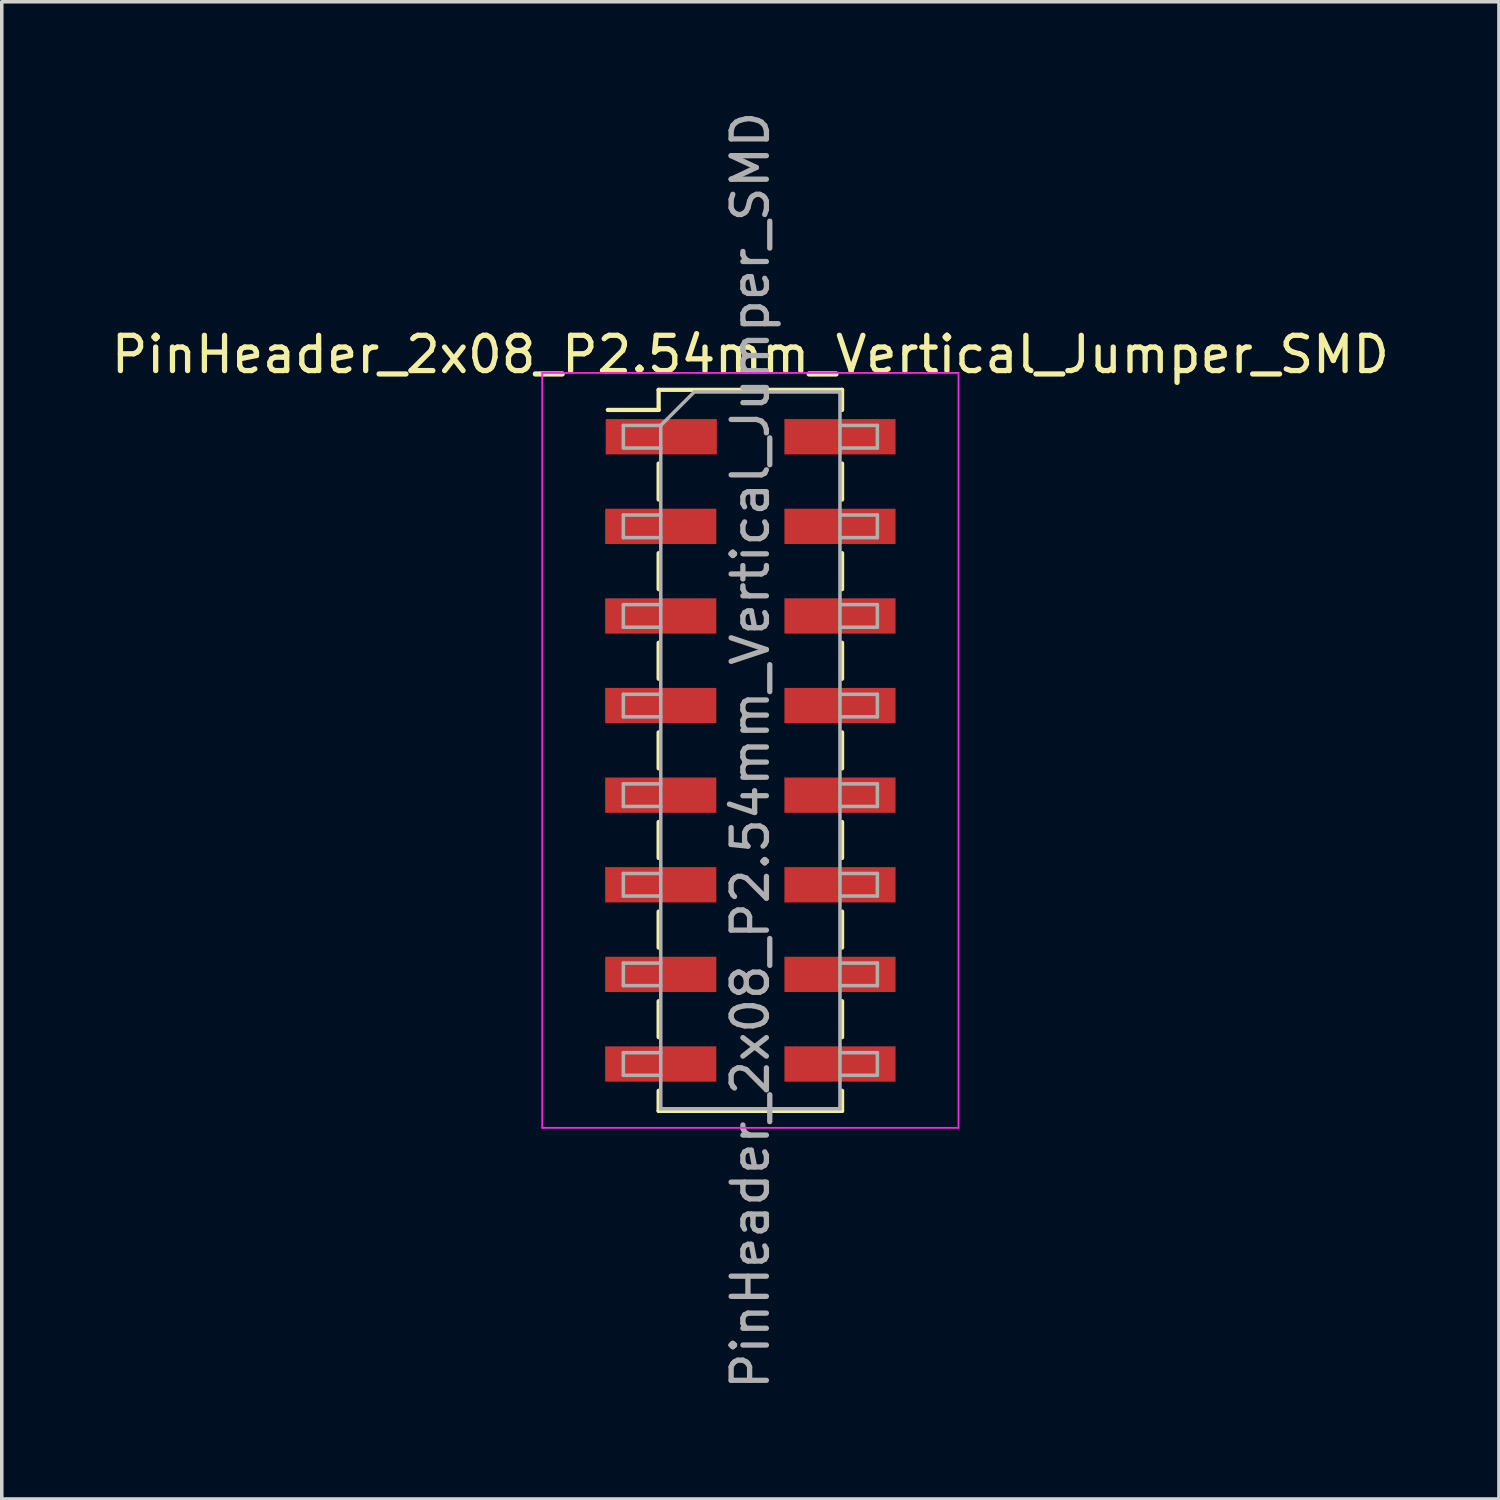
<source format=kicad_pcb>
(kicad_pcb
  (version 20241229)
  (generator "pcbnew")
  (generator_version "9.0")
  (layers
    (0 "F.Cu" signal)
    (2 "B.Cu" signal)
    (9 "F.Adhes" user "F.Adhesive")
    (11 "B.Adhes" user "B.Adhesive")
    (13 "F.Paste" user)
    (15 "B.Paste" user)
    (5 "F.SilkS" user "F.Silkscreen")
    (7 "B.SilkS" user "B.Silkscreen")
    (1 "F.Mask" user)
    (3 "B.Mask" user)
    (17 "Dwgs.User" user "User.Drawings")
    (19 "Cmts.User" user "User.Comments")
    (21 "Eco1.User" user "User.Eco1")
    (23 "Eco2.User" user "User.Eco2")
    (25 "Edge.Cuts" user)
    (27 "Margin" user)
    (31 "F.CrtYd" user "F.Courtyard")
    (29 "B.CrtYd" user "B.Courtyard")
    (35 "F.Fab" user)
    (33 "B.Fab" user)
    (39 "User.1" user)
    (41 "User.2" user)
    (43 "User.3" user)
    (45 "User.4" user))
  (footprint "PinHeader_2x08_P2.54mm_Vertical_Jumper_SMD"
    (layer "F.Cu")
    (at 18.22 18.22)
    (property "Reference" "PinHeader_2x08_P2.54mm_Vertical_Jumper_SMD" (at 0 -11.22 0) (layer "F.SilkS") (effects (font (size 1 1) (thickness 0.15))))
    (attr smd)
    (fp_line (start -4.04 -9.65) (end -2.6 -9.65) (stroke (width 0.12) (type solid)) (layer "F.SilkS"))
    (fp_line (start -2.6 -10.22) (end -2.6 -9.65) (stroke (width 0.12) (type solid)) (layer "F.SilkS"))
    (fp_line (start -2.6 -10.22) (end 2.6 -10.22) (stroke (width 0.12) (type solid)) (layer "F.SilkS"))
    (fp_line (start -2.6 -8.13) (end -2.6 -7.11) (stroke (width 0.12) (type solid)) (layer "F.SilkS"))
    (fp_line (start -2.6 -5.59) (end -2.6 -4.57) (stroke (width 0.12) (type solid)) (layer "F.SilkS"))
    (fp_line (start -2.6 -3.05) (end -2.6 -2.03) (stroke (width 0.12) (type solid)) (layer "F.SilkS"))
    (fp_line (start -2.6 -0.51) (end -2.6 0.51) (stroke (width 0.12) (type solid)) (layer "F.SilkS"))
    (fp_line (start -2.6 2.03) (end -2.6 3.05) (stroke (width 0.12) (type solid)) (layer "F.SilkS"))
    (fp_line (start -2.6 4.57) (end -2.6 5.59) (stroke (width 0.12) (type solid)) (layer "F.SilkS"))
    (fp_line (start -2.6 7.11) (end -2.6 8.13) (stroke (width 0.12) (type solid)) (layer "F.SilkS"))
    (fp_line (start -2.6 9.65) (end -2.6 10.22) (stroke (width 0.12) (type solid)) (layer "F.SilkS"))
    (fp_line (start -2.6 10.22) (end 2.6 10.22) (stroke (width 0.12) (type solid)) (layer "F.SilkS"))
    (fp_line (start 2.6 -10.22) (end 2.6 -9.65) (stroke (width 0.12) (type solid)) (layer "F.SilkS"))
    (fp_line (start 2.6 -8.13) (end 2.6 -7.11) (stroke (width 0.12) (type solid)) (layer "F.SilkS"))
    (fp_line (start 2.6 -5.59) (end 2.6 -4.57) (stroke (width 0.12) (type solid)) (layer "F.SilkS"))
    (fp_line (start 2.6 -3.05) (end 2.6 -2.03) (stroke (width 0.12) (type solid)) (layer "F.SilkS"))
    (fp_line (start 2.6 -0.51) (end 2.6 0.51) (stroke (width 0.12) (type solid)) (layer "F.SilkS"))
    (fp_line (start 2.6 2.03) (end 2.6 3.05) (stroke (width 0.12) (type solid)) (layer "F.SilkS"))
    (fp_line (start 2.6 4.57) (end 2.6 5.59) (stroke (width 0.12) (type solid)) (layer "F.SilkS"))
    (fp_line (start 2.6 7.11) (end 2.6 8.13) (stroke (width 0.12) (type solid)) (layer "F.SilkS"))
    (fp_line (start 2.6 9.65) (end 2.6 10.22) (stroke (width 0.12) (type solid)) (layer "F.SilkS"))
    (fp_line (start -5.9 -10.7) (end -5.9 10.7) (stroke (width 0.05) (type solid)) (layer "F.CrtYd"))
    (fp_line (start -5.9 10.7) (end 5.9 10.7) (stroke (width 0.05) (type solid)) (layer "F.CrtYd"))
    (fp_line (start 5.9 -10.7) (end -5.9 -10.7) (stroke (width 0.05) (type solid)) (layer "F.CrtYd"))
    (fp_line (start 5.9 10.7) (end 5.9 -10.7) (stroke (width 0.05) (type solid)) (layer "F.CrtYd"))
    (fp_line (start -3.6 -9.21) (end -3.6 -8.57) (stroke (width 0.1) (type solid)) (layer "F.Fab"))
    (fp_line (start -3.6 -8.57) (end -2.54 -8.57) (stroke (width 0.1) (type solid)) (layer "F.Fab"))
    (fp_line (start -3.6 -6.67) (end -3.6 -6.03) (stroke (width 0.1) (type solid)) (layer "F.Fab"))
    (fp_line (start -3.6 -6.03) (end -2.54 -6.03) (stroke (width 0.1) (type solid)) (layer "F.Fab"))
    (fp_line (start -3.6 -4.13) (end -3.6 -3.49) (stroke (width 0.1) (type solid)) (layer "F.Fab"))
    (fp_line (start -3.6 -3.49) (end -2.54 -3.49) (stroke (width 0.1) (type solid)) (layer "F.Fab"))
    (fp_line (start -3.6 -1.59) (end -3.6 -0.95) (stroke (width 0.1) (type solid)) (layer "F.Fab"))
    (fp_line (start -3.6 -0.95) (end -2.54 -0.95) (stroke (width 0.1) (type solid)) (layer "F.Fab"))
    (fp_line (start -3.6 0.95) (end -3.6 1.59) (stroke (width 0.1) (type solid)) (layer "F.Fab"))
    (fp_line (start -3.6 1.59) (end -2.54 1.59) (stroke (width 0.1) (type solid)) (layer "F.Fab"))
    (fp_line (start -3.6 3.49) (end -3.6 4.13) (stroke (width 0.1) (type solid)) (layer "F.Fab"))
    (fp_line (start -3.6 4.13) (end -2.54 4.13) (stroke (width 0.1) (type solid)) (layer "F.Fab"))
    (fp_line (start -3.6 6.03) (end -3.6 6.67) (stroke (width 0.1) (type solid)) (layer "F.Fab"))
    (fp_line (start -3.6 6.67) (end -2.54 6.67) (stroke (width 0.1) (type solid)) (layer "F.Fab"))
    (fp_line (start -3.6 8.57) (end -3.6 9.21) (stroke (width 0.1) (type solid)) (layer "F.Fab"))
    (fp_line (start -3.6 9.21) (end -2.54 9.21) (stroke (width 0.1) (type solid)) (layer "F.Fab"))
    (fp_line (start -2.54 -9.21) (end -3.6 -9.21) (stroke (width 0.1) (type solid)) (layer "F.Fab"))
    (fp_line (start -2.54 -9.21) (end -1.59 -10.16) (stroke (width 0.1) (type solid)) (layer "F.Fab"))
    (fp_line (start -2.54 -6.67) (end -3.6 -6.67) (stroke (width 0.1) (type solid)) (layer "F.Fab"))
    (fp_line (start -2.54 -4.13) (end -3.6 -4.13) (stroke (width 0.1) (type solid)) (layer "F.Fab"))
    (fp_line (start -2.54 -1.59) (end -3.6 -1.59) (stroke (width 0.1) (type solid)) (layer "F.Fab"))
    (fp_line (start -2.54 0.95) (end -3.6 0.95) (stroke (width 0.1) (type solid)) (layer "F.Fab"))
    (fp_line (start -2.54 3.49) (end -3.6 3.49) (stroke (width 0.1) (type solid)) (layer "F.Fab"))
    (fp_line (start -2.54 6.03) (end -3.6 6.03) (stroke (width 0.1) (type solid)) (layer "F.Fab"))
    (fp_line (start -2.54 8.57) (end -3.6 8.57) (stroke (width 0.1) (type solid)) (layer "F.Fab"))
    (fp_line (start -2.54 10.16) (end -2.54 -9.21) (stroke (width 0.1) (type solid)) (layer "F.Fab"))
    (fp_line (start -1.59 -10.16) (end 2.54 -10.16) (stroke (width 0.1) (type solid)) (layer "F.Fab"))
    (fp_line (start 2.54 -10.16) (end 2.54 10.16) (stroke (width 0.1) (type solid)) (layer "F.Fab"))
    (fp_line (start 2.54 -9.21) (end 3.6 -9.21) (stroke (width 0.1) (type solid)) (layer "F.Fab"))
    (fp_line (start 2.54 -6.67) (end 3.6 -6.67) (stroke (width 0.1) (type solid)) (layer "F.Fab"))
    (fp_line (start 2.54 -4.13) (end 3.6 -4.13) (stroke (width 0.1) (type solid)) (layer "F.Fab"))
    (fp_line (start 2.54 -1.59) (end 3.6 -1.59) (stroke (width 0.1) (type solid)) (layer "F.Fab"))
    (fp_line (start 2.54 0.95) (end 3.6 0.95) (stroke (width 0.1) (type solid)) (layer "F.Fab"))
    (fp_line (start 2.54 3.49) (end 3.6 3.49) (stroke (width 0.1) (type solid)) (layer "F.Fab"))
    (fp_line (start 2.54 6.03) (end 3.6 6.03) (stroke (width 0.1) (type solid)) (layer "F.Fab"))
    (fp_line (start 2.54 8.57) (end 3.6 8.57) (stroke (width 0.1) (type solid)) (layer "F.Fab"))
    (fp_line (start 2.54 10.16) (end -2.54 10.16) (stroke (width 0.1) (type solid)) (layer "F.Fab"))
    (fp_line (start 3.6 -9.21) (end 3.6 -8.57) (stroke (width 0.1) (type solid)) (layer "F.Fab"))
    (fp_line (start 3.6 -8.57) (end 2.54 -8.57) (stroke (width 0.1) (type solid)) (layer "F.Fab"))
    (fp_line (start 3.6 -6.67) (end 3.6 -6.03) (stroke (width 0.1) (type solid)) (layer "F.Fab"))
    (fp_line (start 3.6 -6.03) (end 2.54 -6.03) (stroke (width 0.1) (type solid)) (layer "F.Fab"))
    (fp_line (start 3.6 -4.13) (end 3.6 -3.49) (stroke (width 0.1) (type solid)) (layer "F.Fab"))
    (fp_line (start 3.6 -3.49) (end 2.54 -3.49) (stroke (width 0.1) (type solid)) (layer "F.Fab"))
    (fp_line (start 3.6 -1.59) (end 3.6 -0.95) (stroke (width 0.1) (type solid)) (layer "F.Fab"))
    (fp_line (start 3.6 -0.95) (end 2.54 -0.95) (stroke (width 0.1) (type solid)) (layer "F.Fab"))
    (fp_line (start 3.6 0.95) (end 3.6 1.59) (stroke (width 0.1) (type solid)) (layer "F.Fab"))
    (fp_line (start 3.6 1.59) (end 2.54 1.59) (stroke (width 0.1) (type solid)) (layer "F.Fab"))
    (fp_line (start 3.6 3.49) (end 3.6 4.13) (stroke (width 0.1) (type solid)) (layer "F.Fab"))
    (fp_line (start 3.6 4.13) (end 2.54 4.13) (stroke (width 0.1) (type solid)) (layer "F.Fab"))
    (fp_line (start 3.6 6.03) (end 3.6 6.67) (stroke (width 0.1) (type solid)) (layer "F.Fab"))
    (fp_line (start 3.6 6.67) (end 2.54 6.67) (stroke (width 0.1) (type solid)) (layer "F.Fab"))
    (fp_line (start 3.6 8.57) (end 3.6 9.21) (stroke (width 0.1) (type solid)) (layer "F.Fab"))
    (fp_line (start 3.6 9.21) (end 2.54 9.21) (stroke (width 0.1) (type solid)) (layer "F.Fab"))
    (fp_text user "${REFERENCE}" (at 0 0 90) (layer "F.Fab") (effects (font (size 1 1) (thickness 0.15))))
    (pad "1" smd rect (at -2.525 -8.89) (size 3.15 1) (layers "F.Cu" "F.Mask" "F.Paste"))
    (pad "2" smd rect (at -2.54 -6.35) (size 3.15 1) (layers "F.Cu" "F.Mask" "F.Paste"))
    (pad "3" smd rect (at -2.54 -3.81) (size 3.15 1) (layers "F.Cu" "F.Mask" "F.Paste"))
    (pad "4" smd rect (at -2.54 -1.27) (size 3.15 1) (layers "F.Cu" "F.Mask" "F.Paste"))
    (pad "5" smd rect (at -2.54 1.27) (size 3.15 1) (layers "F.Cu" "F.Mask" "F.Paste"))
    (pad "6" smd rect (at -2.54 3.81) (size 3.15 1) (layers "F.Cu" "F.Mask" "F.Paste"))
    (pad "7" smd rect (at -2.54 6.35) (size 3.15 1) (layers "F.Cu" "F.Mask" "F.Paste"))
    (pad "8" smd rect (at -2.54 8.89) (size 3.15 1) (layers "F.Cu" "F.Mask" "F.Paste"))
    (pad "11" smd rect (at 2.54 -8.89) (size 3.15 1) (layers "F.Cu" "F.Mask" "F.Paste"))
    (pad "12" smd rect (at 2.54 -6.35) (size 3.15 1) (layers "F.Cu" "F.Mask" "F.Paste"))
    (pad "13" smd rect (at 2.54 -3.81) (size 3.15 1) (layers "F.Cu" "F.Mask" "F.Paste"))
    (pad "14" smd rect (at 2.54 -1.27) (size 3.15 1) (layers "F.Cu" "F.Mask" "F.Paste"))
    (pad "15" smd rect (at 2.54 1.27) (size 3.15 1) (layers "F.Cu" "F.Mask" "F.Paste"))
    (pad "16" smd rect (at 2.54 3.81) (size 3.15 1) (layers "F.Cu" "F.Mask" "F.Paste"))
    (pad "17" smd rect (at 2.54 6.35) (size 3.15 1) (layers "F.Cu" "F.Mask" "F.Paste"))
    (pad "18" smd rect (at 2.54 8.89) (size 3.15 1) (layers "F.Cu" "F.Mask" "F.Paste")))
  (gr_rect
    (start -3 -3)
    (end 39.44 39.44)
    (stroke (width 0.1) (type default))
    (fill no)
    (layer "Edge.Cuts")))
</source>
